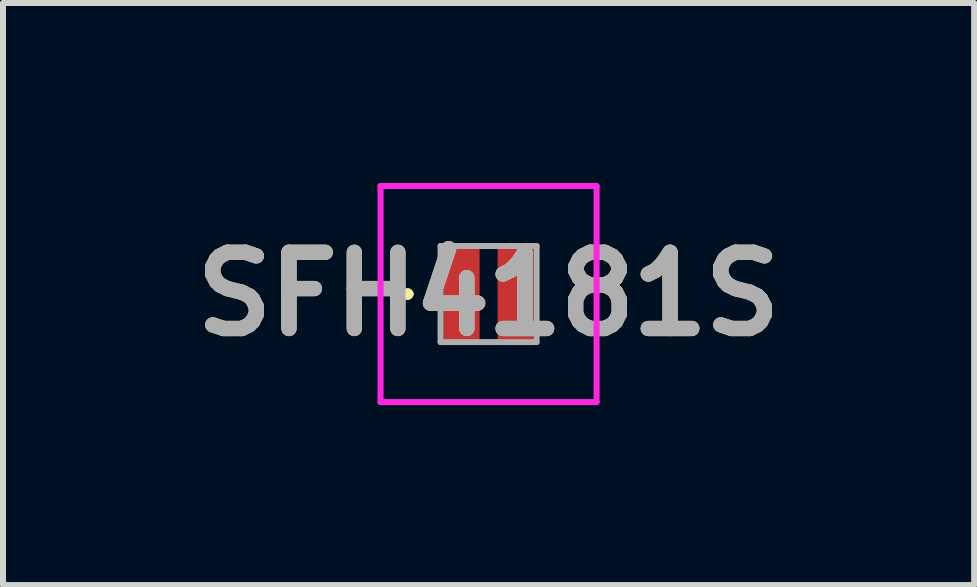
<source format=kicad_pcb>
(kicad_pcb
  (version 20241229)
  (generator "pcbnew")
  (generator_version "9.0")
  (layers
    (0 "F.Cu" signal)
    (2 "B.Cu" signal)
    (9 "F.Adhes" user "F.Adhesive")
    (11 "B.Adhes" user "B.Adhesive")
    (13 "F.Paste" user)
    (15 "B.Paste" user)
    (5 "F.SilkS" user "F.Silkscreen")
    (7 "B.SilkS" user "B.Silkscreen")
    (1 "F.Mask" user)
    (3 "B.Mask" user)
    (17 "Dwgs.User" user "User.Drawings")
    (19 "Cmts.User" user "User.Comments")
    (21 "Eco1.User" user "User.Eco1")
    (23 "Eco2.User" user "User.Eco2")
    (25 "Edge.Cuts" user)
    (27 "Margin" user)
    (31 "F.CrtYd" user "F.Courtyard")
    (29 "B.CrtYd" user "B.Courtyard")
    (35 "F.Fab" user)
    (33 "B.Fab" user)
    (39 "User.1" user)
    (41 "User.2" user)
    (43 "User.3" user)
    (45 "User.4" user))
  (footprint "SFH4181S"
    (layer "F.Cu")
    (at 5.092 1.85)
    (property "Reference" "SFH4181S" (at 0 0 0) (layer "F.SilkS") (effects (font (size 1.27 1.27) (thickness 0.254))))
    (attr smd)
    (fp_line (start -1.4 0) (end -1.4 0) (stroke (width 0.1) (type solid)) (layer "F.SilkS"))
    (fp_line (start -1.3 0) (end -1.3 0) (stroke (width 0.1) (type solid)) (layer "F.SilkS"))
    (fp_arc (start -1.4 0) (mid -1.35 -0.05) (end -1.3 0) (stroke (width 0.1) (type solid)) (layer "F.SilkS"))
    (fp_arc (start -1.3 0) (mid -1.35 0.05) (end -1.4 0) (stroke (width 0.1) (type solid)) (layer "F.SilkS"))
    (fp_line (start -1.8 -1.8) (end 1.8 -1.8) (stroke (width 0.1) (type solid)) (layer "F.CrtYd"))
    (fp_line (start -1.8 1.8) (end -1.8 -1.8) (stroke (width 0.1) (type solid)) (layer "F.CrtYd"))
    (fp_line (start 1.8 -1.8) (end 1.8 1.8) (stroke (width 0.1) (type solid)) (layer "F.CrtYd"))
    (fp_line (start 1.8 1.8) (end -1.8 1.8) (stroke (width 0.1) (type solid)) (layer "F.CrtYd"))
    (fp_line (start -0.8 -0.8) (end 0.8 -0.8) (stroke (width 0.1) (type solid)) (layer "F.Fab"))
    (fp_line (start -0.8 0.8) (end -0.8 -0.8) (stroke (width 0.1) (type solid)) (layer "F.Fab"))
    (fp_line (start 0.8 -0.8) (end 0.8 0.8) (stroke (width 0.1) (type solid)) (layer "F.Fab"))
    (fp_line (start 0.8 0.8) (end -0.8 0.8) (stroke (width 0.1) (type solid)) (layer "F.Fab"))
    (fp_text user "${REFERENCE}" (at 0 0 0) (layer "F.Fab") (effects (font (size 1.27 1.27) (thickness 0.254))))
    (pad "1" smd rect (at -0.45 0) (size 0.6 1.5) (layers "F.Cu" "F.Mask" "F.Paste"))
    (pad "2" smd rect (at 0.45 0) (size 0.6 1.5) (layers "F.Cu" "F.Mask" "F.Paste")))
  (gr_rect
    (start -3 -3)
    (end 13.184 6.7)
    (stroke (width 0.1) (type default))
    (fill no)
    (layer "Edge.Cuts")))
</source>
